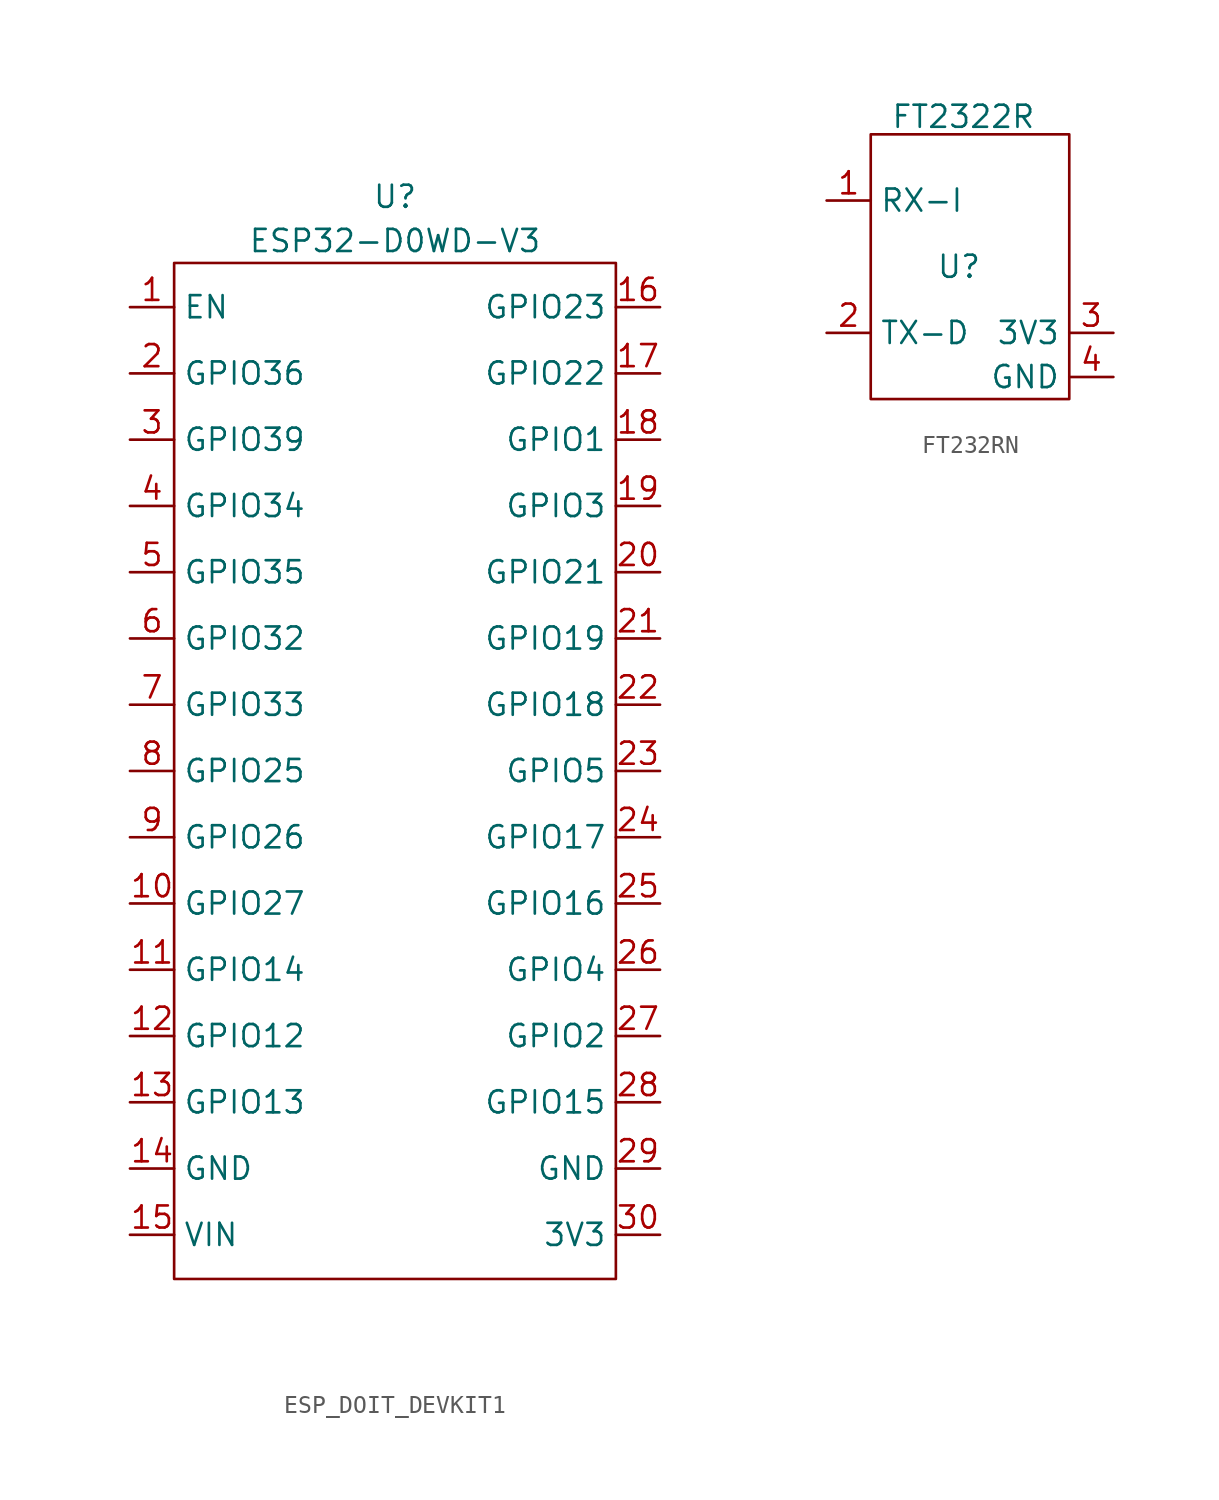
<source format=kicad_sym>
(kicad_symbol_lib
  (version 20241209)
  (generator "kicad_symbol_editor")
  (generator_version "9.0")
  (symbol "ESP_DOIT_DEVKIT1"
    (property "Reference" "U"
      (at 0 33.02 0)
      (effects (font (size 1.27 1.27))))
    (property "Value" "ESP32-D0WD-V3"
      (at 0 30.48 0)
      (effects (font (size 1.27 1.27))))
    (symbol "ESP_DOIT_DEVKIT1_0_1"
      (rectangle (start -12.7 29.21) (end 12.7 -29.21) (stroke (width 0) (type default)) (fill (type none))))
    (symbol "ESP_DOIT_DEVKIT1_1_1"
      (pin input line (at -15.24 26.67 0) (length 2.54) (name "EN" (effects (font (size 1.27 1.27)))) (number "1" (effects (font (size 1.27 1.27)))))
      (pin bidirectional line (at -15.24 22.86 0) (length 2.54) (name "GPIO36" (effects (font (size 1.27 1.27)))) (number "2" (effects (font (size 1.27 1.27)))))
      (pin bidirectional line (at -15.24 19.05 0) (length 2.54) (name "GPIO39" (effects (font (size 1.27 1.27)))) (number "3" (effects (font (size 1.27 1.27)))))
      (pin bidirectional line (at -15.24 15.24 0) (length 2.54) (name "GPIO34" (effects (font (size 1.27 1.27)))) (number "4" (effects (font (size 1.27 1.27)))))
      (pin bidirectional line (at -15.24 11.43 0) (length 2.54) (name "GPIO35" (effects (font (size 1.27 1.27)))) (number "5" (effects (font (size 1.27 1.27)))))
      (pin bidirectional line (at -15.24 7.62 0) (length 2.54) (name "GPIO32" (effects (font (size 1.27 1.27)))) (number "6" (effects (font (size 1.27 1.27)))))
      (pin bidirectional line (at -15.24 3.81 0) (length 2.54) (name "GPIO33" (effects (font (size 1.27 1.27)))) (number "7" (effects (font (size 1.27 1.27)))))
      (pin bidirectional line (at -15.24 0 0) (length 2.54) (name "GPIO25" (effects (font (size 1.27 1.27)))) (number "8" (effects (font (size 1.27 1.27)))))
      (pin bidirectional line (at -15.24 -3.81 0) (length 2.54) (name "GPIO26" (effects (font (size 1.27 1.27)))) (number "9" (effects (font (size 1.27 1.27)))))
      (pin bidirectional line (at -15.24 -7.62 0) (length 2.54) (name "GPIO27" (effects (font (size 1.27 1.27)))) (number "10" (effects (font (size 1.27 1.27)))))
      (pin bidirectional line (at -15.24 -11.43 0) (length 2.54) (name "GPIO14" (effects (font (size 1.27 1.27)))) (number "11" (effects (font (size 1.27 1.27)))))
      (pin bidirectional line (at -15.24 -15.24 0) (length 2.54) (name "GPIO12" (effects (font (size 1.27 1.27)))) (number "12" (effects (font (size 1.27 1.27)))))
      (pin bidirectional line (at -15.24 -19.05 0) (length 2.54) (name "GPIO13" (effects (font (size 1.27 1.27)))) (number "13" (effects (font (size 1.27 1.27)))))
      (pin power_in line (at -15.24 -22.86 0) (length 2.54) (name "GND" (effects (font (size 1.27 1.27)))) (number "14" (effects (font (size 1.27 1.27)))))
      (pin power_in line (at -15.24 -26.67 0) (length 2.54) (name "VIN" (effects (font (size 1.27 1.27)))) (number "15" (effects (font (size 1.27 1.27)))))
      (pin bidirectional line (at 15.24 26.67 180) (length 2.54) (name "GPIO23" (effects (font (size 1.27 1.27)))) (number "16" (effects (font (size 1.27 1.27)))))
      (pin bidirectional line (at 15.24 22.86 180) (length 2.54) (name "GPIO22" (effects (font (size 1.27 1.27)))) (number "17" (effects (font (size 1.27 1.27)))))
      (pin bidirectional line (at 15.24 19.05 180) (length 2.54) (name "GPIO1" (effects (font (size 1.27 1.27)))) (number "18" (effects (font (size 1.27 1.27)))))
      (pin bidirectional line (at 15.24 15.24 180) (length 2.54) (name "GPIO3" (effects (font (size 1.27 1.27)))) (number "19" (effects (font (size 1.27 1.27)))))
      (pin bidirectional line (at 15.24 11.43 180) (length 2.54) (name "GPIO21" (effects (font (size 1.27 1.27)))) (number "20" (effects (font (size 1.27 1.27)))))
      (pin bidirectional line (at 15.24 7.62 180) (length 2.54) (name "GPIO19" (effects (font (size 1.27 1.27)))) (number "21" (effects (font (size 1.27 1.27)))))
      (pin bidirectional line (at 15.24 3.81 180) (length 2.54) (name "GPIO18" (effects (font (size 1.27 1.27)))) (number "22" (effects (font (size 1.27 1.27)))))
      (pin bidirectional line (at 15.24 0 180) (length 2.54) (name "GPIO5" (effects (font (size 1.27 1.27)))) (number "23" (effects (font (size 1.27 1.27)))))
      (pin bidirectional line (at 15.24 -3.81 180) (length 2.54) (name "GPIO17" (effects (font (size 1.27 1.27)))) (number "24" (effects (font (size 1.27 1.27)))))
      (pin bidirectional line (at 15.24 -7.62 180) (length 2.54) (name "GPIO16" (effects (font (size 1.27 1.27)))) (number "25" (effects (font (size 1.27 1.27)))))
      (pin bidirectional line (at 15.24 -11.43 180) (length 2.54) (name "GPIO4" (effects (font (size 1.27 1.27)))) (number "26" (effects (font (size 1.27 1.27)))))
      (pin bidirectional line (at 15.24 -15.24 180) (length 2.54) (name "GPIO2" (effects (font (size 1.27 1.27)))) (number "27" (effects (font (size 1.27 1.27)))))
      (pin bidirectional line (at 15.24 -19.05 180) (length 2.54) (name "GPIO15" (effects (font (size 1.27 1.27)))) (number "28" (effects (font (size 1.27 1.27)))))
      (pin power_in line (at 15.24 -22.86 180) (length 2.54) (name "GND" (effects (font (size 1.27 1.27)))) (number "29" (effects (font (size 1.27 1.27)))))
      (pin power_in line (at 15.24 -26.67 180) (length 2.54) (name "3V3" (effects (font (size 1.27 1.27)))) (number "30" (effects (font (size 1.27 1.27)))))))
  (symbol "FT232RN"
    (property "Reference" "U"
      (at 0 0 0)
      (effects (font (size 1.27 1.27))))
    (property "Value" "FT2322R"
      (at 0.254 8.636 0)
      (effects (font (size 1.27 1.27))))
    (symbol "FT232RN_0_1"
      (rectangle (start -5.08 7.62) (end 6.35 -7.62) (stroke (width 0) (type default)) (fill (type none))))
    (symbol "FT232RN_1_1"
      (pin input line (at -7.62 3.81 0) (length 2.54) (name "RX-I" (effects (font (size 1.27 1.27)))) (number "1" (effects (font (size 1.27 1.27)))))
      (pin output line (at -7.62 -3.81 0) (length 2.54) (name "TX-D" (effects (font (size 1.27 1.27)))) (number "2" (effects (font (size 1.27 1.27)))))
      (pin power_out line (at 8.89 -3.81 180) (length 2.54) (name "3V3" (effects (font (size 1.27 1.27)))) (number "3" (effects (font (size 1.27 1.27)))))
      (pin power_in line (at 8.89 -6.35 180) (length 2.54) (name "GND" (effects (font (size 1.27 1.27)))) (number "4" (effects (font (size 1.27 1.27))))))))
</source>
